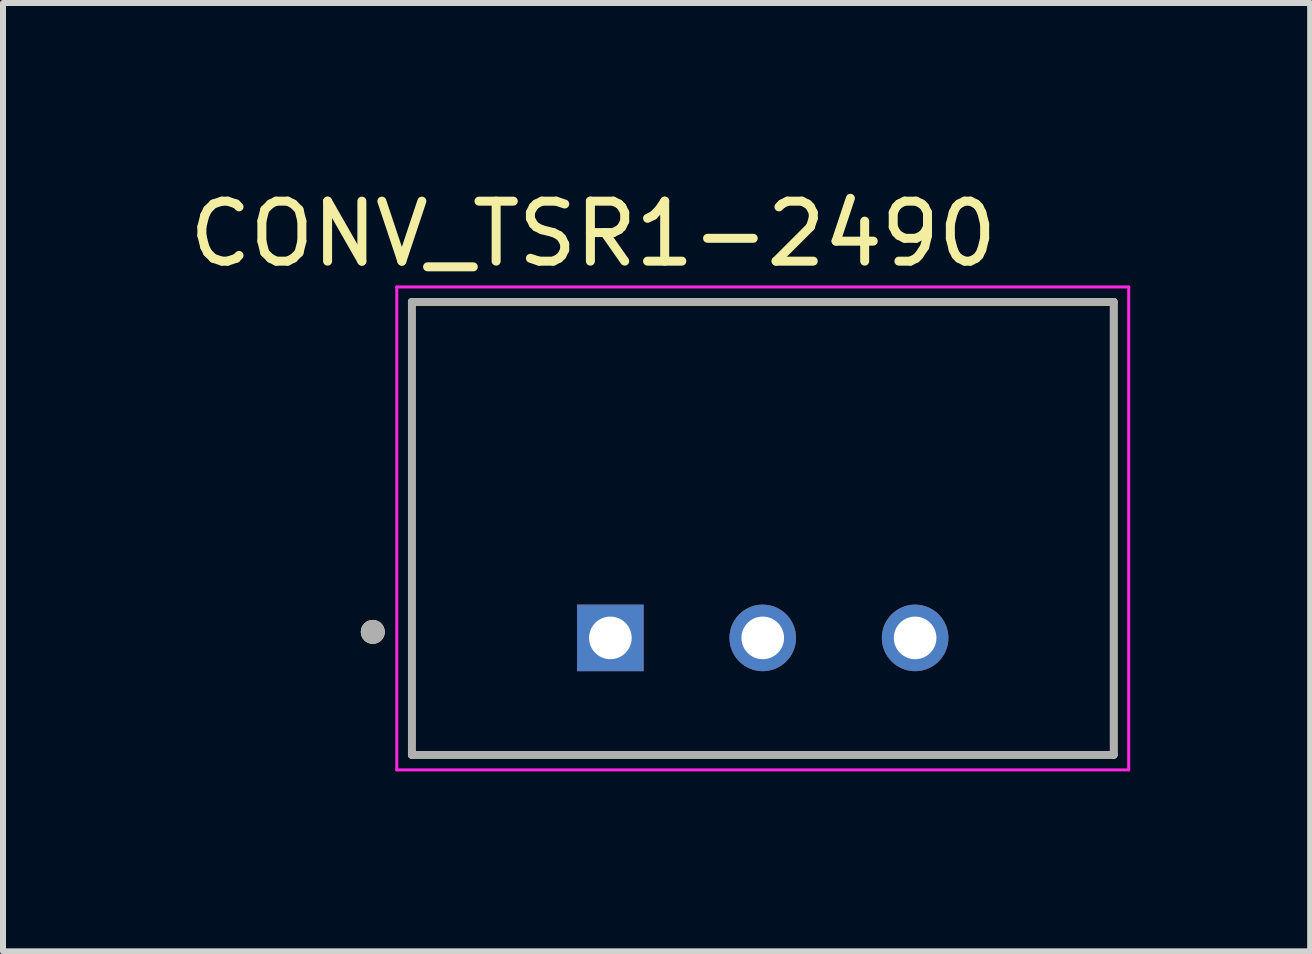
<source format=kicad_pcb>
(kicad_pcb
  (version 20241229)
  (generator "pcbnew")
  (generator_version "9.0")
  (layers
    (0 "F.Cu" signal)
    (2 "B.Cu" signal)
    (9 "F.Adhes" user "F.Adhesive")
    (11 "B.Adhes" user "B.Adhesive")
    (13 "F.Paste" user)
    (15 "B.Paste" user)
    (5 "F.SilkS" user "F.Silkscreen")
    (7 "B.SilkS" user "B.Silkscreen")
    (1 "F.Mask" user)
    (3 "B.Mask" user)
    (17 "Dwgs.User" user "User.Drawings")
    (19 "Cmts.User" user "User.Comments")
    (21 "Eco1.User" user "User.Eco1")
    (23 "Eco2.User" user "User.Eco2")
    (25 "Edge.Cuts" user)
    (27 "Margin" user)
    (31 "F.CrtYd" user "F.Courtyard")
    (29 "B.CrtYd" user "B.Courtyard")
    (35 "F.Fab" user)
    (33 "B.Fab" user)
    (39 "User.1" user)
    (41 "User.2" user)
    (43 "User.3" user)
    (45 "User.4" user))
  (footprint "CONV_TSR1-2490"
    (layer "F.Cu")
    (at 9.664 7.583)
    (property "Reference" "CONV_TSR1-2490" (at -2.825 -6.735 0) (layer "F.SilkS") (effects (font (size 1 1) (thickness 0.15))))
    (attr through_hole)
    (fp_line (start -5.85 -5.6) (end 5.85 -5.6) (stroke (width 0.127) (type solid)) (layer "F.SilkS"))
    (fp_line (start -5.85 1.95) (end -5.85 -5.6) (stroke (width 0.127) (type solid)) (layer "F.SilkS"))
    (fp_line (start 5.85 -5.6) (end 5.85 1.95) (stroke (width 0.127) (type solid)) (layer "F.SilkS"))
    (fp_line (start 5.85 1.95) (end -5.85 1.95) (stroke (width 0.127) (type solid)) (layer "F.SilkS"))
    (fp_circle (center -6.5 -0.1) (end -6.4 -0.1) (stroke (width 0.2) (type solid)) (fill no) (layer "F.SilkS"))
    (fp_line (start -6.1 -5.85) (end 6.1 -5.85) (stroke (width 0.05) (type solid)) (layer "F.CrtYd"))
    (fp_line (start -6.1 2.2) (end -6.1 -5.85) (stroke (width 0.05) (type solid)) (layer "F.CrtYd"))
    (fp_line (start 6.1 -5.85) (end 6.1 2.2) (stroke (width 0.05) (type solid)) (layer "F.CrtYd"))
    (fp_line (start 6.1 2.2) (end -6.1 2.2) (stroke (width 0.05) (type solid)) (layer "F.CrtYd"))
    (fp_line (start -5.85 -5.6) (end 5.85 -5.6) (stroke (width 0.127) (type solid)) (layer "F.Fab"))
    (fp_line (start -5.85 1.95) (end -5.85 -5.6) (stroke (width 0.127) (type solid)) (layer "F.Fab"))
    (fp_line (start 5.85 -5.6) (end 5.85 1.95) (stroke (width 0.127) (type solid)) (layer "F.Fab"))
    (fp_line (start 5.85 1.95) (end -5.85 1.95) (stroke (width 0.127) (type solid)) (layer "F.Fab"))
    (fp_circle (center -6.5 -0.1) (end -6.4 -0.1) (stroke (width 0.2) (type solid)) (fill no) (layer "F.Fab"))
    (pad "1" thru_hole rect (at -2.54 0) (size 1.11 1.11) (drill 0.71) (layers "*.Cu" "*.Mask"))
    (pad "2" thru_hole circle (at 0 0) (size 1.11 1.11) (drill 0.71) (layers "*.Cu" "*.Mask"))
    (pad "3" thru_hole circle (at 2.54 0) (size 1.11 1.11) (drill 0.71) (layers "*.Cu" "*.Mask")))
  (gr_rect
    (start -3 -3)
    (end 18.789 12.808)
    (stroke (width 0.1) (type default))
    (fill no)
    (layer "Edge.Cuts")))
</source>
